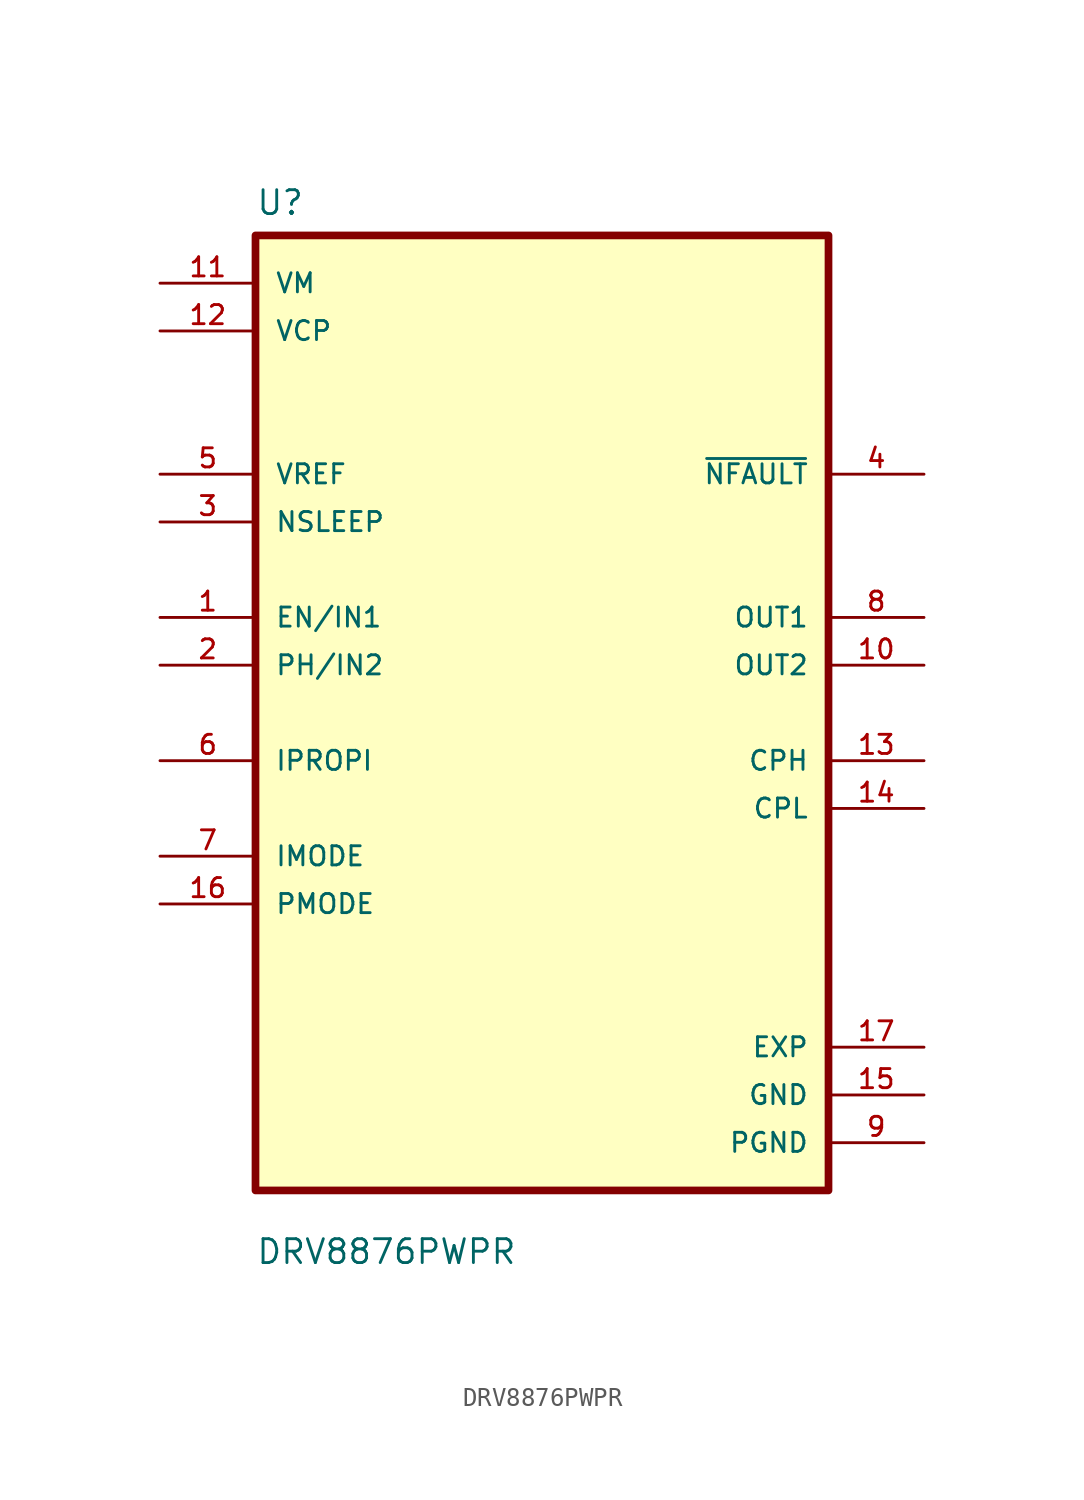
<source format=kicad_sym>
(kicad_symbol_lib
  (version 20231120)
  (generator "kicad_symbol_editor")
  (generator_version "8.0")
  (symbol "DRV8876PWPR"
    (pin_names
      (offset 1.016))
    (property "Reference" "U"
      (at -15.24 26.4 0)
      (effects (font (size 1.27 1.27)) (justify left bottom)))
    (property "Value" "DRV8876PWPR"
      (at -15.24 -29.4 0)
      (effects (font (size 1.27 1.27)) (justify left bottom)))
    (symbol "DRV8876PWPR_0_0"
      (rectangle (start -15.24 25.4) (end 15.24 -25.4) (stroke (width 0.41) (type default)) (fill (type background)))
      (pin input line (at -20.32 5.08 0) (length 5.08) (name "EN/IN1" (effects (font (size 1.016 1.016)))) (number "1" (effects (font (size 1.016 1.016)))))
      (pin output line (at 20.32 2.54 180) (length 5.08) (name "OUT2" (effects (font (size 1.016 1.016)))) (number "10" (effects (font (size 1.016 1.016)))))
      (pin power_in line (at -20.32 22.86 0) (length 5.08) (name "VM" (effects (font (size 1.016 1.016)))) (number "11" (effects (font (size 1.016 1.016)))))
      (pin power_out line (at -20.32 20.32 0) (length 5.08) (name "VCP" (effects (font (size 1.016 1.016)))) (number "12" (effects (font (size 1.016 1.016)))))
      (pin power_out line (at 20.32 -2.54 180) (length 5.08) (name "CPH" (effects (font (size 1.016 1.016)))) (number "13" (effects (font (size 1.016 1.016)))))
      (pin power_out line (at 20.32 -5.08 180) (length 5.08) (name "CPL" (effects (font (size 1.016 1.016)))) (number "14" (effects (font (size 1.016 1.016)))))
      (pin power_in line (at 20.32 -20.32 180) (length 5.08) (name "GND" (effects (font (size 1.016 1.016)))) (number "15" (effects (font (size 1.016 1.016)))))
      (pin input line (at -20.32 -10.16 0) (length 5.08) (name "PMODE" (effects (font (size 1.016 1.016)))) (number "16" (effects (font (size 1.016 1.016)))))
      (pin passive line (at 20.32 -17.78 180) (length 5.08) (name "EXP" (effects (font (size 1.016 1.016)))) (number "17" (effects (font (size 1.016 1.016)))))
      (pin input line (at -20.32 2.54 0) (length 5.08) (name "PH/IN2" (effects (font (size 1.016 1.016)))) (number "2" (effects (font (size 1.016 1.016)))))
      (pin input line (at -20.32 10.16 0) (length 5.08) (name "NSLEEP" (effects (font (size 1.016 1.016)))) (number "3" (effects (font (size 1.016 1.016)))))
      (pin output line (at 20.32 12.7 180) (length 5.08) (name "~{NFAULT}" (effects (font (size 1.016 1.016)))) (number "4" (effects (font (size 1.016 1.016)))))
      (pin input line (at -20.32 12.7 0) (length 5.08) (name "VREF" (effects (font (size 1.016 1.016)))) (number "5" (effects (font (size 1.016 1.016)))))
      (pin output line (at -20.32 -2.54 0) (length 5.08) (name "IPROPI" (effects (font (size 1.016 1.016)))) (number "6" (effects (font (size 1.016 1.016)))))
      (pin input line (at -20.32 -7.62 0) (length 5.08) (name "IMODE" (effects (font (size 1.016 1.016)))) (number "7" (effects (font (size 1.016 1.016)))))
      (pin output line (at 20.32 5.08 180) (length 5.08) (name "OUT1" (effects (font (size 1.016 1.016)))) (number "8" (effects (font (size 1.016 1.016)))))
      (pin power_in line (at 20.32 -22.86 180) (length 5.08) (name "PGND" (effects (font (size 1.016 1.016)))) (number "9" (effects (font (size 1.016 1.016))))))))
</source>
